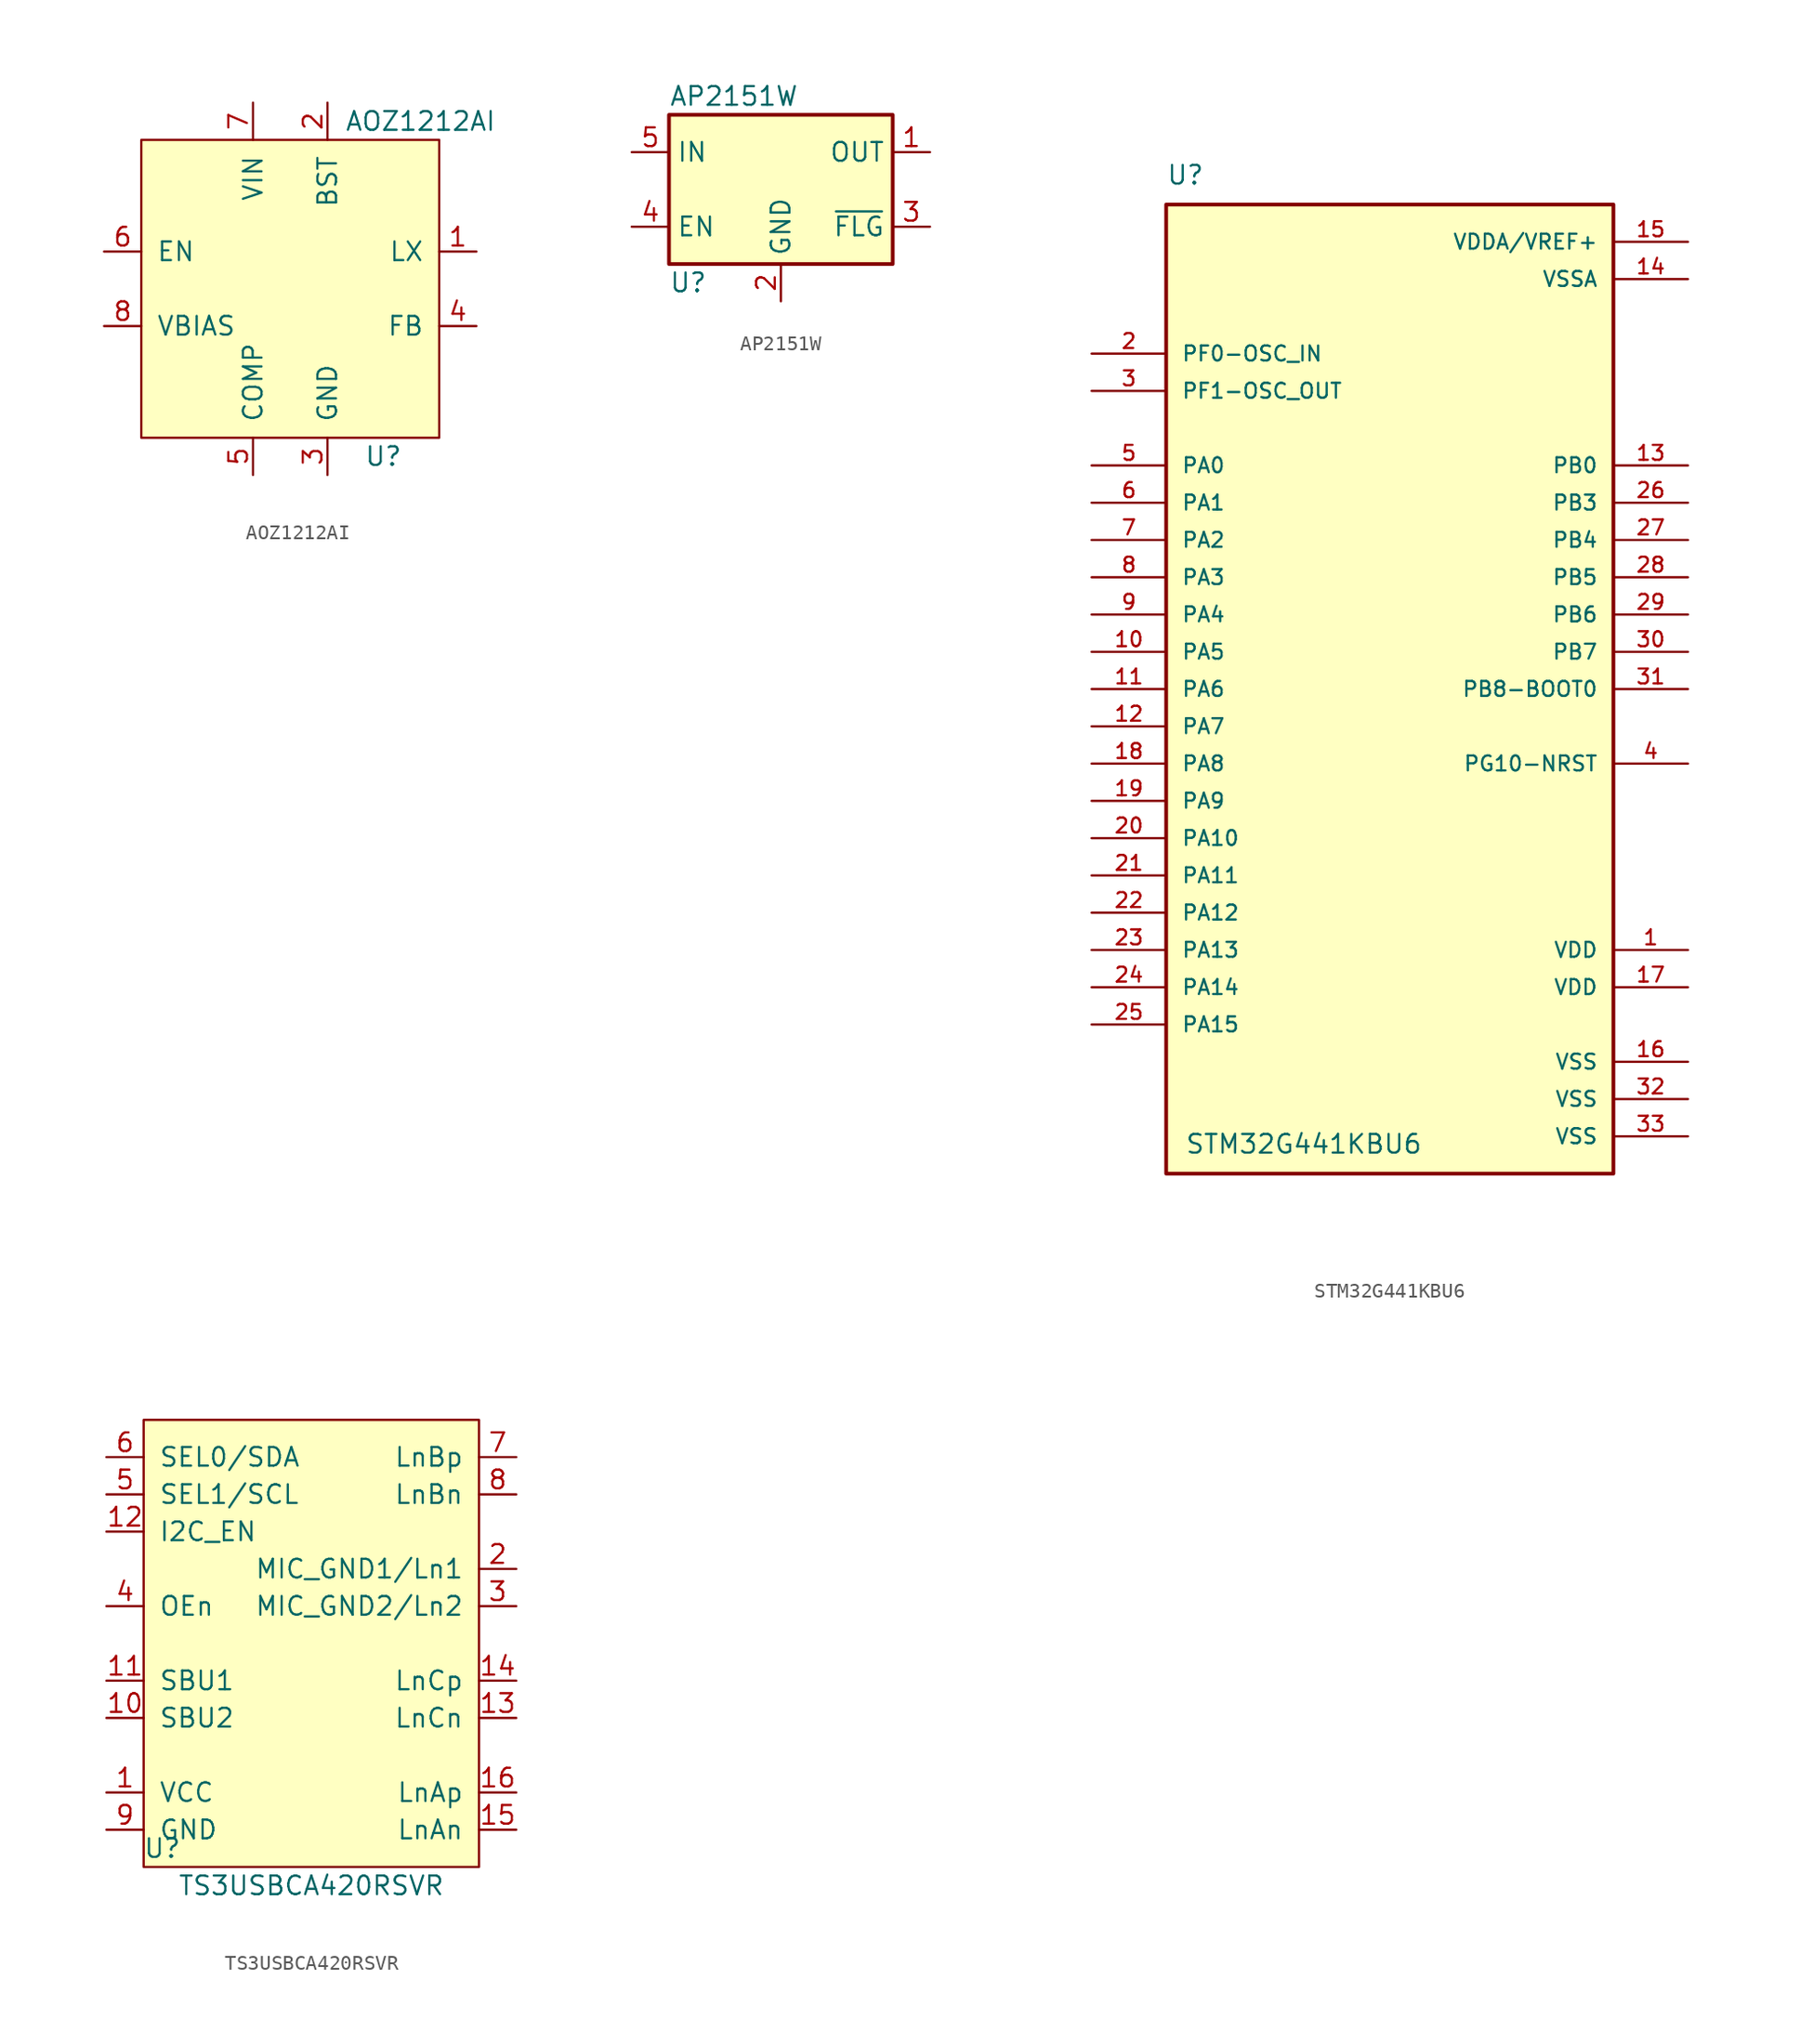
<source format=kicad_sym>
(kicad_symbol_lib
  (version 20210619)
  (generator kicad_symbol_editor)
  (symbol "leptunKicadLib:AOZ1212AI"
    (pin_names
      (offset 1.016))
    (property "Reference" "U"
      (at 6.35 -11.43 0)
      (effects (font (size 1.27 1.27))))
    (property "Value" "AOZ1212AI"
      (at 8.89 11.43 0)
      (effects (font (size 1.27 1.27))))
    (symbol "AOZ1212AI_0_1"
      (rectangle (start -10.16 10.16) (end 10.16 -10.16) (stroke (width 0)) (fill (type background))))
    (symbol "AOZ1212AI_1_1"
      (pin power_out line (at 12.7 2.54 180) (length 2.54) (name "LX" (effects (font (size 1.27 1.27)))) (number "1" (effects (font (size 1.27 1.27)))))
      (pin input line (at 2.54 12.7 270) (length 2.54) (name "BST" (effects (font (size 1.27 1.27)))) (number "2" (effects (font (size 1.27 1.27)))))
      (pin power_in line (at 2.54 -12.7 90) (length 2.54) (name "GND" (effects (font (size 1.27 1.27)))) (number "3" (effects (font (size 1.27 1.27)))))
      (pin input line (at 12.7 -2.54 180) (length 2.54) (name "FB" (effects (font (size 1.27 1.27)))) (number "4" (effects (font (size 1.27 1.27)))))
      (pin output line (at -2.54 -12.7 90) (length 2.54) (name "COMP" (effects (font (size 1.27 1.27)))) (number "5" (effects (font (size 1.27 1.27)))))
      (pin input line (at -12.7 2.54 0) (length 2.54) (name "EN" (effects (font (size 1.27 1.27)))) (number "6" (effects (font (size 1.27 1.27)))))
      (pin power_in line (at -2.54 12.7 270) (length 2.54) (name "VIN" (effects (font (size 1.27 1.27)))) (number "7" (effects (font (size 1.27 1.27)))))
      (pin passive line (at -12.7 -2.54 0) (length 2.54) (name "VBIAS" (effects (font (size 1.27 1.27)))) (number "8" (effects (font (size 1.27 1.27)))))))
  (symbol "leptunKicadLib:AP2151W"
    (property "Reference" "U"
      (at -7.62 -6.35 0)
      (effects (font (size 1.27 1.27)) (justify left)))
    (property "Value" "AP2151W"
      (at -7.62 6.35 0)
      (effects (font (size 1.27 1.27)) (justify left)))
    (symbol "AP2151W_0_1"
      (rectangle (start -7.62 5.08) (end 7.62 -5.08) (stroke (width 0.254)) (fill (type background))))
    (symbol "AP2151W_1_1"
      (pin power_out line (at 10.16 2.54 180) (length 2.54) (name "OUT" (effects (font (size 1.27 1.27)))) (number "1" (effects (font (size 1.27 1.27)))))
      (pin power_in line (at 0 -7.62 90) (length 2.54) (name "GND" (effects (font (size 1.27 1.27)))) (number "2" (effects (font (size 1.27 1.27)))))
      (pin open_collector line (at 10.16 -2.54 180) (length 2.54) (name "~{FLG}" (effects (font (size 1.27 1.27)))) (number "3" (effects (font (size 1.27 1.27)))))
      (pin input line (at -10.16 -2.54 0) (length 2.54) (name "EN" (effects (font (size 1.27 1.27)))) (number "4" (effects (font (size 1.27 1.27)))))
      (pin power_in line (at -10.16 2.54 0) (length 2.54) (name "IN" (effects (font (size 1.27 1.27)))) (number "5" (effects (font (size 1.27 1.27)))))))
  (symbol "leptunKicadLib:STM32G441KBU6"
    (pin_names
      (offset 1.016))
    (property "Reference" "U"
      (at -15.24 34.29 0)
      (effects (font (size 1.27 1.27)) (justify left bottom)))
    (property "Value" "STM32G441KBU6"
      (at -13.97 -31.75 0)
      (effects (font (size 1.27 1.27)) (justify left bottom)))
    (symbol "STM32G441KBU6_0_0"
      (rectangle (start -15.24 -33.02) (end 15.24 33.02) (stroke (width 0.254)) (fill (type background)))
      (pin power_in line (at 20.32 -17.78 180) (length 5.08) (name "VDD" (effects (font (size 1.016 1.016)))) (number "1" (effects (font (size 1.016 1.016)))))
      (pin bidirectional line (at -20.32 2.54 0) (length 5.08) (name "PA5" (effects (font (size 1.016 1.016)))) (number "10" (effects (font (size 1.016 1.016)))))
      (pin bidirectional line (at -20.32 0 0) (length 5.08) (name "PA6" (effects (font (size 1.016 1.016)))) (number "11" (effects (font (size 1.016 1.016)))))
      (pin bidirectional line (at -20.32 -2.54 0) (length 5.08) (name "PA7" (effects (font (size 1.016 1.016)))) (number "12" (effects (font (size 1.016 1.016)))))
      (pin bidirectional line (at 20.32 15.24 180) (length 5.08) (name "PB0" (effects (font (size 1.016 1.016)))) (number "13" (effects (font (size 1.016 1.016)))))
      (pin power_in line (at 20.32 27.94 180) (length 5.08) (name "VSSA" (effects (font (size 1.016 1.016)))) (number "14" (effects (font (size 1.016 1.016)))))
      (pin power_in line (at 20.32 30.48 180) (length 5.08) (name "VDDA/VREF+" (effects (font (size 1.016 1.016)))) (number "15" (effects (font (size 1.016 1.016)))))
      (pin power_in line (at 20.32 -25.4 180) (length 5.08) (name "VSS" (effects (font (size 1.016 1.016)))) (number "16" (effects (font (size 1.016 1.016)))))
      (pin power_in line (at 20.32 -20.32 180) (length 5.08) (name "VDD" (effects (font (size 1.016 1.016)))) (number "17" (effects (font (size 1.016 1.016)))))
      (pin bidirectional line (at -20.32 -5.08 0) (length 5.08) (name "PA8" (effects (font (size 1.016 1.016)))) (number "18" (effects (font (size 1.016 1.016)))))
      (pin bidirectional line (at -20.32 -7.62 0) (length 5.08) (name "PA9" (effects (font (size 1.016 1.016)))) (number "19" (effects (font (size 1.016 1.016)))))
      (pin input line (at -20.32 22.86 0) (length 5.08) (name "PF0-OSC_IN" (effects (font (size 1.016 1.016)))) (number "2" (effects (font (size 1.016 1.016)))))
      (pin bidirectional line (at -20.32 -10.16 0) (length 5.08) (name "PA10" (effects (font (size 1.016 1.016)))) (number "20" (effects (font (size 1.016 1.016)))))
      (pin bidirectional line (at -20.32 -12.7 0) (length 5.08) (name "PA11" (effects (font (size 1.016 1.016)))) (number "21" (effects (font (size 1.016 1.016)))))
      (pin bidirectional line (at -20.32 -15.24 0) (length 5.08) (name "PA12" (effects (font (size 1.016 1.016)))) (number "22" (effects (font (size 1.016 1.016)))))
      (pin bidirectional line (at -20.32 -17.78 0) (length 5.08) (name "PA13" (effects (font (size 1.016 1.016)))) (number "23" (effects (font (size 1.016 1.016)))))
      (pin bidirectional line (at -20.32 -20.32 0) (length 5.08) (name "PA14" (effects (font (size 1.016 1.016)))) (number "24" (effects (font (size 1.016 1.016)))))
      (pin bidirectional line (at -20.32 -22.86 0) (length 5.08) (name "PA15" (effects (font (size 1.016 1.016)))) (number "25" (effects (font (size 1.016 1.016)))))
      (pin bidirectional line (at 20.32 12.7 180) (length 5.08) (name "PB3" (effects (font (size 1.016 1.016)))) (number "26" (effects (font (size 1.016 1.016)))))
      (pin bidirectional line (at 20.32 10.16 180) (length 5.08) (name "PB4" (effects (font (size 1.016 1.016)))) (number "27" (effects (font (size 1.016 1.016)))))
      (pin bidirectional line (at 20.32 7.62 180) (length 5.08) (name "PB5" (effects (font (size 1.016 1.016)))) (number "28" (effects (font (size 1.016 1.016)))))
      (pin bidirectional line (at 20.32 5.08 180) (length 5.08) (name "PB6" (effects (font (size 1.016 1.016)))) (number "29" (effects (font (size 1.016 1.016)))))
      (pin output line (at -20.32 20.32 0) (length 5.08) (name "PF1-OSC_OUT" (effects (font (size 1.016 1.016)))) (number "3" (effects (font (size 1.016 1.016)))))
      (pin bidirectional line (at 20.32 2.54 180) (length 5.08) (name "PB7" (effects (font (size 1.016 1.016)))) (number "30" (effects (font (size 1.016 1.016)))))
      (pin bidirectional line (at 20.32 0 180) (length 5.08) (name "PB8-BOOT0" (effects (font (size 1.016 1.016)))) (number "31" (effects (font (size 1.016 1.016)))))
      (pin power_in line (at 20.32 -27.94 180) (length 5.08) (name "VSS" (effects (font (size 1.016 1.016)))) (number "32" (effects (font (size 1.016 1.016)))))
      (pin power_in line (at 20.32 -30.48 180) (length 5.08) (name "VSS" (effects (font (size 1.016 1.016)))) (number "33" (effects (font (size 1.016 1.016)))))
      (pin bidirectional line (at 20.32 -5.08 180) (length 5.08) (name "PG10-NRST" (effects (font (size 1.016 1.016)))) (number "4" (effects (font (size 1.016 1.016)))))
      (pin bidirectional line (at -20.32 15.24 0) (length 5.08) (name "PA0" (effects (font (size 1.016 1.016)))) (number "5" (effects (font (size 1.016 1.016)))))
      (pin bidirectional line (at -20.32 12.7 0) (length 5.08) (name "PA1" (effects (font (size 1.016 1.016)))) (number "6" (effects (font (size 1.016 1.016)))))
      (pin bidirectional line (at -20.32 10.16 0) (length 5.08) (name "PA2" (effects (font (size 1.016 1.016)))) (number "7" (effects (font (size 1.016 1.016)))))
      (pin bidirectional line (at -20.32 7.62 0) (length 5.08) (name "PA3" (effects (font (size 1.016 1.016)))) (number "8" (effects (font (size 1.016 1.016)))))
      (pin bidirectional line (at -20.32 5.08 0) (length 5.08) (name "PA4" (effects (font (size 1.016 1.016)))) (number "9" (effects (font (size 1.016 1.016)))))))
  (symbol "leptunKicadLib:TS3USBCA420RSVR"
    (pin_names
      (offset 1.016))
    (property "Reference" "U"
      (at -10.16 -13.97 0)
      (effects (font (size 1.27 1.27))))
    (property "Value" "TS3USBCA420RSVR"
      (at 0 -16.51 0)
      (effects (font (size 1.27 1.27))))
    (symbol "TS3USBCA420RSVR_0_1"
      (rectangle (start -11.43 15.24) (end 11.43 -15.24) (stroke (width 0)) (fill (type background))))
    (symbol "TS3USBCA420RSVR_1_1"
      (pin power_in line (at -13.97 -10.16 0) (length 2.54) (name "VCC" (effects (font (size 1.27 1.27)))) (number "1" (effects (font (size 1.27 1.27)))))
      (pin bidirectional line (at -13.97 -5.08 0) (length 2.54) (name "SBU2" (effects (font (size 1.27 1.27)))) (number "10" (effects (font (size 1.27 1.27)))))
      (pin bidirectional line (at -13.97 -2.54 0) (length 2.54) (name "SBU1" (effects (font (size 1.27 1.27)))) (number "11" (effects (font (size 1.27 1.27)))))
      (pin input line (at -13.97 7.62 0) (length 2.54) (name "I2C_EN" (effects (font (size 1.27 1.27)))) (number "12" (effects (font (size 1.27 1.27)))))
      (pin bidirectional line (at 13.97 -5.08 180) (length 2.54) (name "LnCn" (effects (font (size 1.27 1.27)))) (number "13" (effects (font (size 1.27 1.27)))))
      (pin bidirectional line (at 13.97 -2.54 180) (length 2.54) (name "LnCp" (effects (font (size 1.27 1.27)))) (number "14" (effects (font (size 1.27 1.27)))))
      (pin bidirectional line (at 13.97 -12.7 180) (length 2.54) (name "LnAn" (effects (font (size 1.27 1.27)))) (number "15" (effects (font (size 1.27 1.27)))))
      (pin bidirectional line (at 13.97 -10.16 180) (length 2.54) (name "LnAp" (effects (font (size 1.27 1.27)))) (number "16" (effects (font (size 1.27 1.27)))))
      (pin bidirectional line (at 13.97 5.08 180) (length 2.54) (name "MIC_GND1/Ln1" (effects (font (size 1.27 1.27)))) (number "2" (effects (font (size 1.27 1.27)))))
      (pin bidirectional line (at 13.97 2.54 180) (length 2.54) (name "MIC_GND2/Ln2" (effects (font (size 1.27 1.27)))) (number "3" (effects (font (size 1.27 1.27)))))
      (pin input line (at -13.97 2.54 0) (length 2.54) (name "OEn" (effects (font (size 1.27 1.27)))) (number "4" (effects (font (size 1.27 1.27)))))
      (pin bidirectional line (at -13.97 10.16 0) (length 2.54) (name "SEL1/SCL" (effects (font (size 1.27 1.27)))) (number "5" (effects (font (size 1.27 1.27)))))
      (pin bidirectional line (at -13.97 12.7 0) (length 2.54) (name "SEL0/SDA" (effects (font (size 1.27 1.27)))) (number "6" (effects (font (size 1.27 1.27)))))
      (pin bidirectional line (at 13.97 12.7 180) (length 2.54) (name "LnBp" (effects (font (size 1.27 1.27)))) (number "7" (effects (font (size 1.27 1.27)))))
      (pin bidirectional line (at 13.97 10.16 180) (length 2.54) (name "LnBn" (effects (font (size 1.27 1.27)))) (number "8" (effects (font (size 1.27 1.27)))))
      (pin power_in line (at -13.97 -12.7 0) (length 2.54) (name "GND" (effects (font (size 1.27 1.27)))) (number "9" (effects (font (size 1.27 1.27))))))))
</source>
